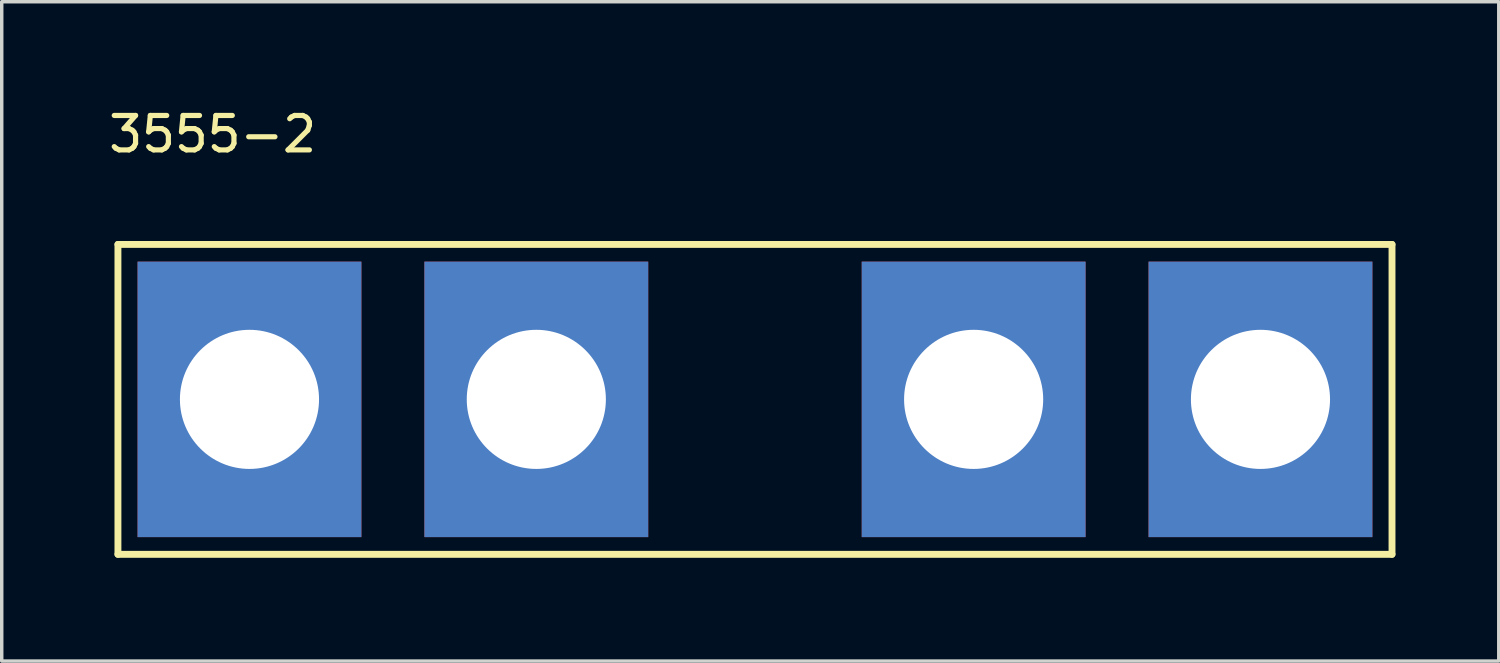
<source format=kicad_pcb>
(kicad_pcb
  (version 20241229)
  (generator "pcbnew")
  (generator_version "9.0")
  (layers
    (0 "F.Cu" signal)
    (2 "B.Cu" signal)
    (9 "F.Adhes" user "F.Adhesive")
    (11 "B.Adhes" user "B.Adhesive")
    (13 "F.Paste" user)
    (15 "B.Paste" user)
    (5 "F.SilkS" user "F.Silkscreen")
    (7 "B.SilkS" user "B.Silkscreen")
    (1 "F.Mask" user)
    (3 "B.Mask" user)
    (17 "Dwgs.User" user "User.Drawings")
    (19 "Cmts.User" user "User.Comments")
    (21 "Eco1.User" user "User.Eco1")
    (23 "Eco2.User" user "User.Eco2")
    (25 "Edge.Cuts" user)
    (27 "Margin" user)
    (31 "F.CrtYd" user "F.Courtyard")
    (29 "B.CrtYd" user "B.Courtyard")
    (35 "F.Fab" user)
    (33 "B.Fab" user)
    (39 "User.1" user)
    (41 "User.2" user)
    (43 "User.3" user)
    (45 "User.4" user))
  (footprint "3555-2"
    (layer "F.Cu")
    (at 18.875 8.548)
    (property "Reference" "3555-2" (at -15.75 -7.7 0) (layer "F.SilkS") (effects (font (size 1 1) (thickness 0.15))))
    (attr through_hole)
    (fp_line (start -18.5 -4.5) (end -18.5 4.5) (stroke (width 0.2) (type solid)) (layer "F.SilkS"))
    (fp_line (start -18.5 4.5) (end 18.5 4.5) (stroke (width 0.2) (type solid)) (layer "F.SilkS"))
    (fp_line (start 18.5 -4.5) (end -18.5 -4.5) (stroke (width 0.2) (type solid)) (layer "F.SilkS"))
    (fp_line (start 18.5 4.5) (end 18.5 -4.5) (stroke (width 0.2) (type solid)) (layer "F.SilkS"))
    (pad "1" thru_hole rect (at -14.68 0) (size 6.5 8) (drill 4.04) (layers "*.Cu" "*.Mask"))
    (pad "1" thru_hole rect (at -6.35 0) (size 6.5 8) (drill 4.04) (layers "*.Cu" "*.Mask"))
    (pad "2" thru_hole rect (at 6.35 0) (size 6.5 8) (drill 4.04) (layers "*.Cu" "*.Mask"))
    (pad "2" thru_hole rect (at 14.68 0) (size 6.5 8) (drill 4.04) (layers "*.Cu" "*.Mask")))
  (gr_rect
    (start -3 -3)
    (end 40.475 16.148)
    (stroke (width 0.1) (type default))
    (fill no)
    (layer "Edge.Cuts")))
</source>
